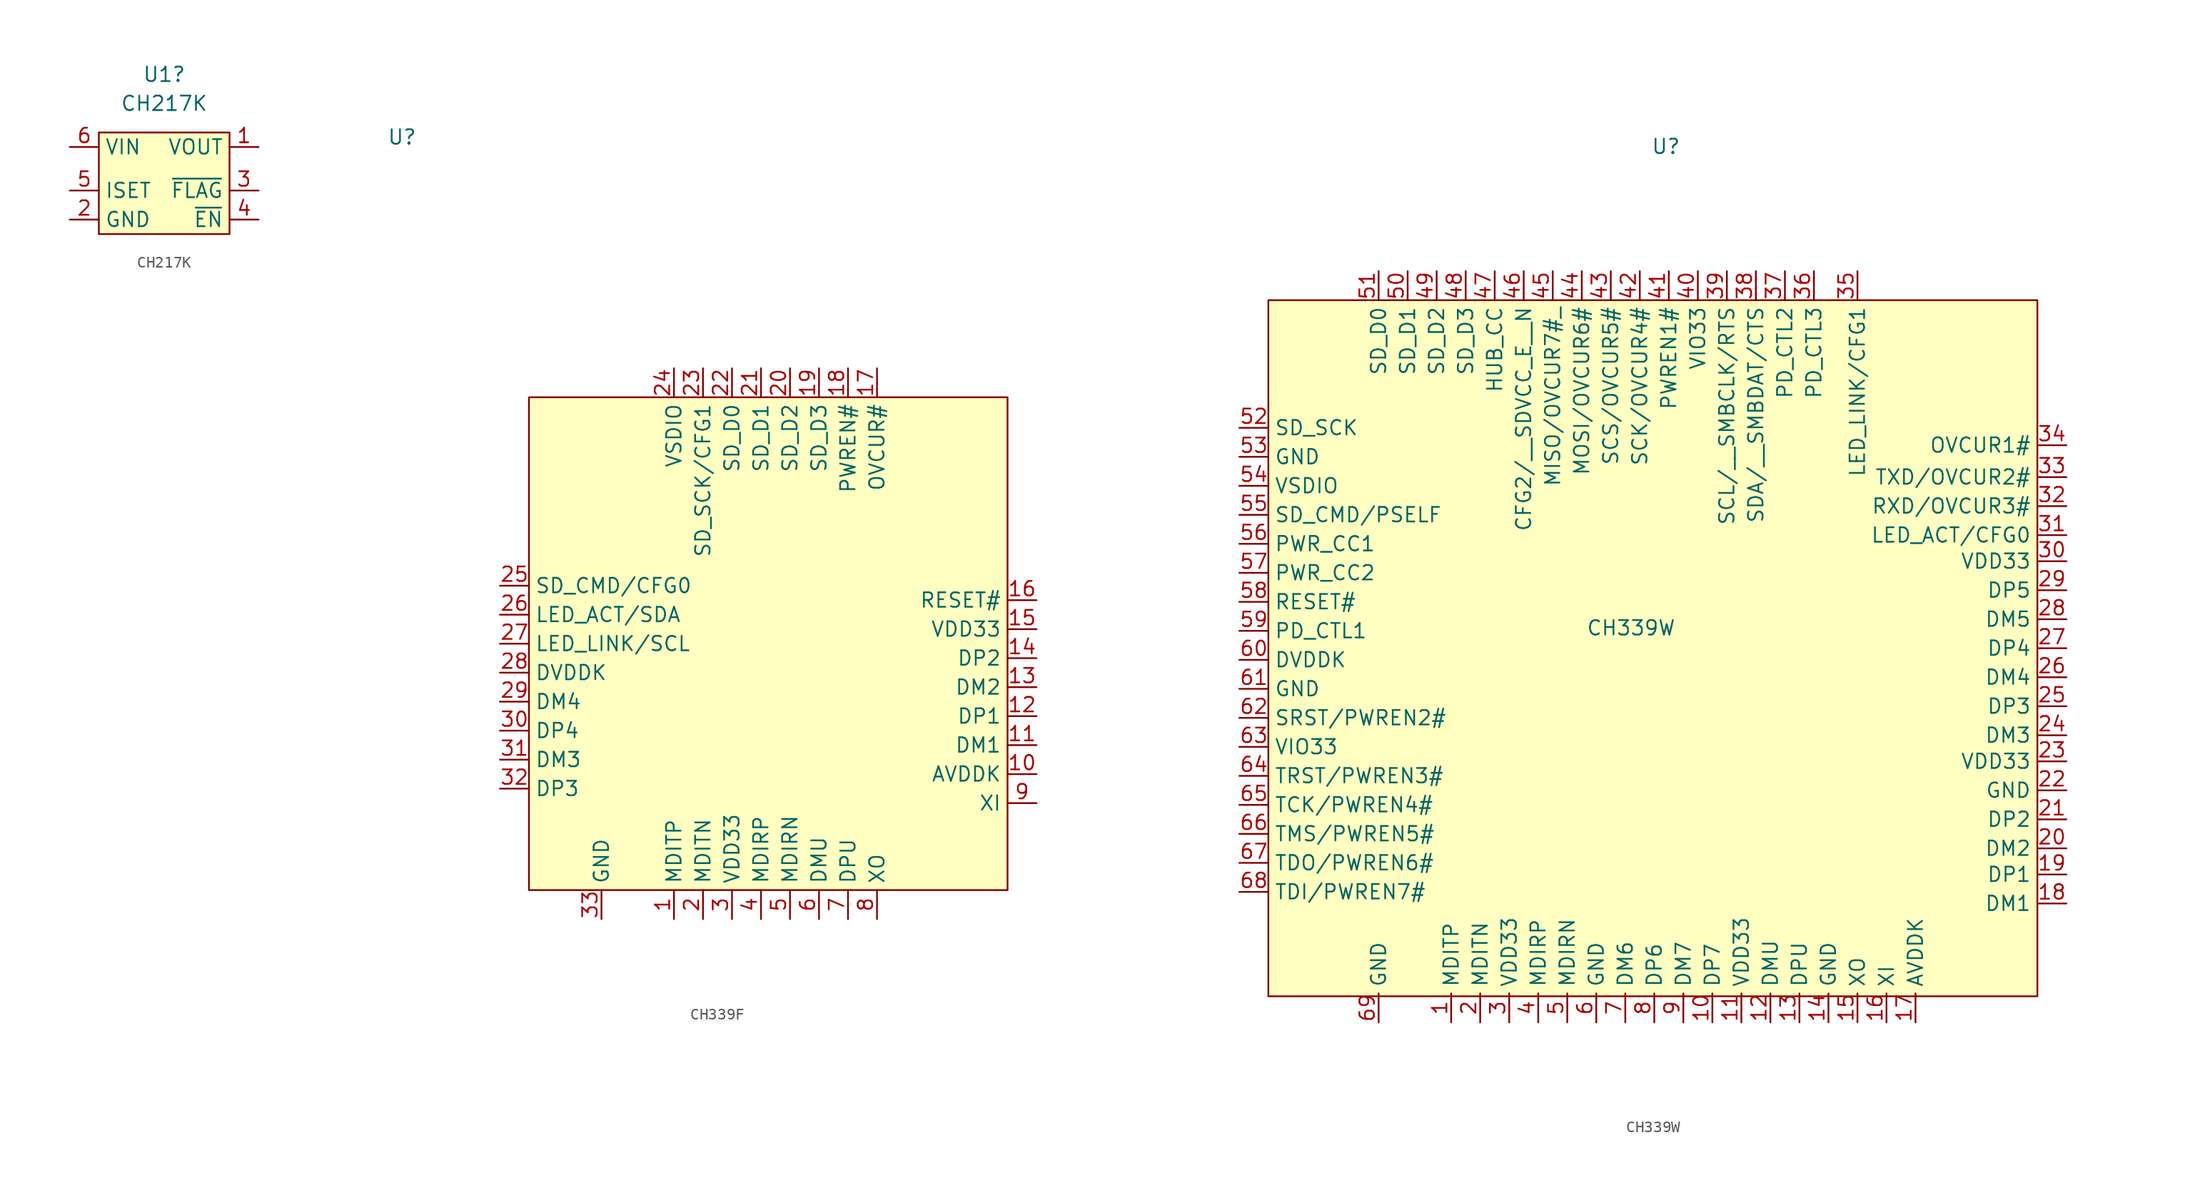
<source format=kicad_sym>
(kicad_symbol_lib
  (version 20241209)
  (generator "kicad_symbol_editor")
  (generator_version "9.0")
  (symbol "CH217K"
    (property "Reference" "U1"
      (at -0.635 10.16 0)
      (effects (font (size 1.27 1.27))))
    (property "Value" "CH217K"
      (at -0.635 7.62 0)
      (effects (font (size 1.27 1.27))))
    (symbol "CH217K_1_1"
      (rectangle (start -6.35 5.08) (end 5.08 -3.81) (stroke (width 0) (type default)) (fill (type background)))
      (pin input line (at -8.89 3.81 0) (length 2.54) (name "VIN" (effects (font (size 1.27 1.27)))) (number "6" (effects (font (size 1.27 1.27)))))
      (pin input line (at -8.89 0 0) (length 2.54) (name "ISET" (effects (font (size 1.27 1.27)))) (number "5" (effects (font (size 1.27 1.27)))))
      (pin input line (at -8.89 -2.54 0) (length 2.54) (name "GND" (effects (font (size 1.27 1.27)))) (number "2" (effects (font (size 1.27 1.27)))))
      (pin input line (at 7.62 3.81 180) (length 2.54) (name "VOUT" (effects (font (size 1.27 1.27)))) (number "1" (effects (font (size 1.27 1.27)))))
      (pin input line (at 7.62 0 180) (length 2.54) (name "~{FLAG}" (effects (font (size 1.27 1.27)))) (number "3" (effects (font (size 1.27 1.27)))))
      (pin input line (at 7.62 -2.54 180) (length 2.54) (name "~{EN}" (effects (font (size 1.27 1.27)))) (number "4" (effects (font (size 1.27 1.27)))))))
  (symbol "CH339F"
    (property "Reference" "U"
      (at 0.318 30.416 0)
      (effects (font (size 1.27 1.27))))
    (property "Value" ""
      (at 0 0 0)
      (effects (font (size 1.27 1.27))))
    (symbol "CH339F_1_1"
      (rectangle (start 11.43 7.62) (end 53.34 -35.56) (stroke (width 0) (type solid)) (fill (type background)))
      (pin input line (at 8.89 -8.89 0) (length 2.54) (name "SD_CMD/CFG0" (effects (font (size 1.27 1.27)))) (number "25" (effects (font (size 1.27 1.27)))))
      (pin input line (at 8.89 -11.43 0) (length 2.54) (name "LED_ACT/SDA" (effects (font (size 1.27 1.27)))) (number "26" (effects (font (size 1.27 1.27)))))
      (pin input line (at 8.89 -13.97 0) (length 2.54) (name "LED_LINK/SCL" (effects (font (size 1.27 1.27)))) (number "27" (effects (font (size 1.27 1.27)))))
      (pin input line (at 8.89 -16.51 0) (length 2.54) (name "DVDDK" (effects (font (size 1.27 1.27)))) (number "28" (effects (font (size 1.27 1.27)))))
      (pin input line (at 8.89 -19.05 0) (length 2.54) (name "DM4" (effects (font (size 1.27 1.27)))) (number "29" (effects (font (size 1.27 1.27)))))
      (pin input line (at 8.89 -21.59 0) (length 2.54) (name "DP4" (effects (font (size 1.27 1.27)))) (number "30" (effects (font (size 1.27 1.27)))))
      (pin input line (at 8.89 -24.13 0) (length 2.54) (name "DM3" (effects (font (size 1.27 1.27)))) (number "31" (effects (font (size 1.27 1.27)))))
      (pin input line (at 8.89 -26.67 0) (length 2.54) (name "DP3" (effects (font (size 1.27 1.27)))) (number "32" (effects (font (size 1.27 1.27)))))
      (pin input line (at 17.78 -38.1 90) (length 2.54) (name "GND" (effects (font (size 1.27 1.27)))) (number "33" (effects (font (size 1.27 1.27)))))
      (pin input line (at 24.13 10.16 270) (length 2.54) (name "VSDIO" (effects (font (size 1.27 1.27)))) (number "24" (effects (font (size 1.27 1.27)))))
      (pin input line (at 24.13 -38.1 90) (length 2.54) (name "MDITP" (effects (font (size 1.27 1.27)))) (number "1" (effects (font (size 1.27 1.27)))))
      (pin input line (at 26.67 10.16 270) (length 2.54) (name "SD_SCK/CFG1" (effects (font (size 1.27 1.27)))) (number "23" (effects (font (size 1.27 1.27)))))
      (pin input line (at 26.67 -38.1 90) (length 2.54) (name "MDITN" (effects (font (size 1.27 1.27)))) (number "2" (effects (font (size 1.27 1.27)))))
      (pin input line (at 29.21 10.16 270) (length 2.54) (name "SD_D0" (effects (font (size 1.27 1.27)))) (number "22" (effects (font (size 1.27 1.27)))))
      (pin input line (at 29.21 -38.1 90) (length 2.54) (name "VDD33" (effects (font (size 1.27 1.27)))) (number "3" (effects (font (size 1.27 1.27)))))
      (pin input line (at 31.75 10.16 270) (length 2.54) (name "SD_D1" (effects (font (size 1.27 1.27)))) (number "21" (effects (font (size 1.27 1.27)))))
      (pin input line (at 31.75 -38.1 90) (length 2.54) (name "MDIRP" (effects (font (size 1.27 1.27)))) (number "4" (effects (font (size 1.27 1.27)))))
      (pin input line (at 34.29 10.16 270) (length 2.54) (name "SD_D2" (effects (font (size 1.27 1.27)))) (number "20" (effects (font (size 1.27 1.27)))))
      (pin input line (at 34.29 -38.1 90) (length 2.54) (name "MDIRN" (effects (font (size 1.27 1.27)))) (number "5" (effects (font (size 1.27 1.27)))))
      (pin input line (at 36.83 10.16 270) (length 2.54) (name "SD_D3" (effects (font (size 1.27 1.27)))) (number "19" (effects (font (size 1.27 1.27)))))
      (pin input line (at 36.83 -38.1 90) (length 2.54) (name "DMU" (effects (font (size 1.27 1.27)))) (number "6" (effects (font (size 1.27 1.27)))))
      (pin input line (at 39.37 10.16 270) (length 2.54) (name "PWREN#" (effects (font (size 1.27 1.27)))) (number "18" (effects (font (size 1.27 1.27)))))
      (pin input line (at 39.37 -38.1 90) (length 2.54) (name "DPU" (effects (font (size 1.27 1.27)))) (number "7" (effects (font (size 1.27 1.27)))))
      (pin input line (at 41.91 10.16 270) (length 2.54) (name "OVCUR#" (effects (font (size 1.27 1.27)))) (number "17" (effects (font (size 1.27 1.27)))))
      (pin input line (at 41.91 -38.1 90) (length 2.54) (name "XO" (effects (font (size 1.27 1.27)))) (number "8" (effects (font (size 1.27 1.27)))))
      (pin input line (at 55.88 -10.16 180) (length 2.54) (name "RESET#" (effects (font (size 1.27 1.27)))) (number "16" (effects (font (size 1.27 1.27)))))
      (pin input line (at 55.88 -12.7 180) (length 2.54) (name "VDD33" (effects (font (size 1.27 1.27)))) (number "15" (effects (font (size 1.27 1.27)))))
      (pin input line (at 55.88 -15.24 180) (length 2.54) (name "DP2" (effects (font (size 1.27 1.27)))) (number "14" (effects (font (size 1.27 1.27)))))
      (pin input line (at 55.88 -17.78 180) (length 2.54) (name "DM2" (effects (font (size 1.27 1.27)))) (number "13" (effects (font (size 1.27 1.27)))))
      (pin input line (at 55.88 -20.32 180) (length 2.54) (name "DP1" (effects (font (size 1.27 1.27)))) (number "12" (effects (font (size 1.27 1.27)))))
      (pin input line (at 55.88 -22.86 180) (length 2.54) (name "DM1" (effects (font (size 1.27 1.27)))) (number "11" (effects (font (size 1.27 1.27)))))
      (pin input line (at 55.88 -25.4 180) (length 2.54) (name "AVDDK" (effects (font (size 1.27 1.27)))) (number "10" (effects (font (size 1.27 1.27)))))
      (pin input line (at 55.88 -27.94 180) (length 2.54) (name "XI" (effects (font (size 1.27 1.27)))) (number "9" (effects (font (size 1.27 1.27)))))))
  (symbol "CH339W"
    (property "Reference" "U"
      (at 3.048 42.164 0)
      (effects (font (size 1.27 1.27))))
    (property "Value" "CH339W"
      (at 0 0 0)
      (effects (font (size 1.27 1.27))))
    (symbol "CH339W_1_0"
      (pin input line (at 7.112 -34.544 90) (length 2.54) (name "DP7" (effects (font (size 1.27 1.27)))) (number "10" (effects (font (size 1.27 1.27))))))
    (symbol "CH339W_1_1"
      (rectangle (start -31.75 28.702) (end 35.56 -32.258) (stroke (width 0) (type solid)) (fill (type background)))
      (pin input line (at -34.29 17.526 0) (length 2.54) (name "SD_SCK" (effects (font (size 1.27 1.27)))) (number "52" (effects (font (size 1.27 1.27)))))
      (pin input line (at -34.29 14.986 0) (length 2.54) (name "GND" (effects (font (size 1.27 1.27)))) (number "53" (effects (font (size 1.27 1.27)))))
      (pin input line (at -34.29 12.446 0) (length 2.54) (name "VSDIO" (effects (font (size 1.27 1.27)))) (number "54" (effects (font (size 1.27 1.27)))))
      (pin input line (at -34.29 9.906 0) (length 2.54) (name "SD_CMD/PSELF" (effects (font (size 1.27 1.27)))) (number "55" (effects (font (size 1.27 1.27)))))
      (pin input line (at -34.29 7.366 0) (length 2.54) (name "PWR_CC1" (effects (font (size 1.27 1.27)))) (number "56" (effects (font (size 1.27 1.27)))))
      (pin input line (at -34.29 4.826 0) (length 2.54) (name "PWR_CC2" (effects (font (size 1.27 1.27)))) (number "57" (effects (font (size 1.27 1.27)))))
      (pin input line (at -34.29 2.286 0) (length 2.54) (name "RESET#" (effects (font (size 1.27 1.27)))) (number "58" (effects (font (size 1.27 1.27)))))
      (pin input line (at -34.29 -0.254 0) (length 2.54) (name "PD_CTL1" (effects (font (size 1.27 1.27)))) (number "59" (effects (font (size 1.27 1.27)))))
      (pin input line (at -34.29 -2.794 0) (length 2.54) (name "DVDDK" (effects (font (size 1.27 1.27)))) (number "60" (effects (font (size 1.27 1.27)))))
      (pin input line (at -34.29 -5.334 0) (length 2.54) (name "GND" (effects (font (size 1.27 1.27)))) (number "61" (effects (font (size 1.27 1.27)))))
      (pin input line (at -34.29 -7.874 0) (length 2.54) (name "SRST/PWREN2#" (effects (font (size 1.27 1.27)))) (number "62" (effects (font (size 1.27 1.27)))))
      (pin input line (at -34.29 -10.414 0) (length 2.54) (name "VIO33" (effects (font (size 1.27 1.27)))) (number "63" (effects (font (size 1.27 1.27)))))
      (pin input line (at -34.29 -12.954 0) (length 2.54) (name "TRST/PWREN3#" (effects (font (size 1.27 1.27)))) (number "64" (effects (font (size 1.27 1.27)))))
      (pin input line (at -34.29 -15.494 0) (length 2.54) (name "TCK/PWREN4#" (effects (font (size 1.27 1.27)))) (number "65" (effects (font (size 1.27 1.27)))))
      (pin input line (at -34.29 -18.034 0) (length 2.54) (name "TMS/PWREN5#" (effects (font (size 1.27 1.27)))) (number "66" (effects (font (size 1.27 1.27)))))
      (pin input line (at -34.29 -20.574 0) (length 2.54) (name "TDO/PWREN6#" (effects (font (size 1.27 1.27)))) (number "67" (effects (font (size 1.27 1.27)))))
      (pin input line (at -34.29 -23.114 0) (length 2.54) (name "TDI/PWREN7#" (effects (font (size 1.27 1.27)))) (number "68" (effects (font (size 1.27 1.27)))))
      (pin input line (at -22.098 31.242 270) (length 2.54) (name "SD_D0" (effects (font (size 1.27 1.27)))) (number "51" (effects (font (size 1.27 1.27)))))
      (pin input line (at -22.098 -34.544 90) (length 2.54) (name "GND" (effects (font (size 1.27 1.27)))) (number "69" (effects (font (size 1.27 1.27)))))
      (pin input line (at -19.558 31.242 270) (length 2.54) (name "SD_D1" (effects (font (size 1.27 1.27)))) (number "50" (effects (font (size 1.27 1.27)))))
      (pin input line (at -17.018 31.242 270) (length 2.54) (name "SD_D2" (effects (font (size 1.27 1.27)))) (number "49" (effects (font (size 1.27 1.27)))))
      (pin input line (at -15.748 -34.544 90) (length 2.54) (name "MDITP" (effects (font (size 1.27 1.27)))) (number "1" (effects (font (size 1.27 1.27)))))
      (pin input line (at -14.478 31.242 270) (length 2.54) (name "SD_D3" (effects (font (size 1.27 1.27)))) (number "48" (effects (font (size 1.27 1.27)))))
      (pin input line (at -13.208 -34.544 90) (length 2.54) (name "MDITN" (effects (font (size 1.27 1.27)))) (number "2" (effects (font (size 1.27 1.27)))))
      (pin input line (at -11.938 31.242 270) (length 2.54) (name "HUB_CC" (effects (font (size 1.27 1.27)))) (number "47" (effects (font (size 1.27 1.27)))))
      (pin input line (at -10.668 -34.544 90) (length 2.54) (name "VDD33" (effects (font (size 1.27 1.27)))) (number "3" (effects (font (size 1.27 1.27)))))
      (pin input line (at -9.398 31.242 270) (length 2.54) (name "CFG2/__SDVCC_E__N" (effects (font (size 1.27 1.27)))) (number "46" (effects (font (size 1.27 1.27)))))
      (pin input line (at -8.128 -34.544 90) (length 2.54) (name "MDIRP" (effects (font (size 1.27 1.27)))) (number "4" (effects (font (size 1.27 1.27)))))
      (pin input line (at -6.858 31.242 270) (length 2.54) (name "MISO/OVCUR7#_" (effects (font (size 1.27 1.27)))) (number "45" (effects (font (size 1.27 1.27)))))
      (pin input line (at -5.588 -34.544 90) (length 2.54) (name "MDIRN" (effects (font (size 1.27 1.27)))) (number "5" (effects (font (size 1.27 1.27)))))
      (pin input line (at -4.318 31.242 270) (length 2.54) (name "MOSI/OVCUR6#" (effects (font (size 1.27 1.27)))) (number "44" (effects (font (size 1.27 1.27)))))
      (pin input line (at -3.048 -34.544 90) (length 2.54) (name "GND" (effects (font (size 1.27 1.27)))) (number "6" (effects (font (size 1.27 1.27)))))
      (pin input line (at -1.778 31.242 270) (length 2.54) (name "SCS/OVCUR5#" (effects (font (size 1.27 1.27)))) (number "43" (effects (font (size 1.27 1.27)))))
      (pin input line (at -0.508 -34.544 90) (length 2.54) (name "DM6" (effects (font (size 1.27 1.27)))) (number "7" (effects (font (size 1.27 1.27)))))
      (pin input line (at 0.762 31.242 270) (length 2.54) (name "SCK/OVCUR4#" (effects (font (size 1.27 1.27)))) (number "42" (effects (font (size 1.27 1.27)))))
      (pin input line (at 2.032 -34.544 90) (length 2.54) (name "DP6" (effects (font (size 1.27 1.27)))) (number "8" (effects (font (size 1.27 1.27)))))
      (pin input line (at 3.302 31.242 270) (length 2.54) (name "PWREN1#" (effects (font (size 1.27 1.27)))) (number "41" (effects (font (size 1.27 1.27)))))
      (pin input line (at 4.572 -34.544 90) (length 2.54) (name "DM7" (effects (font (size 1.27 1.27)))) (number "9" (effects (font (size 1.27 1.27)))))
      (pin input line (at 5.842 31.242 270) (length 2.54) (name "VIO33" (effects (font (size 1.27 1.27)))) (number "40" (effects (font (size 1.27 1.27)))))
      (pin input line (at 8.382 31.242 270) (length 2.54) (name "SCL/__SMBCLK/RTS" (effects (font (size 1.27 1.27)))) (number "39" (effects (font (size 1.27 1.27)))))
      (pin input line (at 9.652 -34.544 90) (length 2.54) (name "VDD33" (effects (font (size 1.27 1.27)))) (number "11" (effects (font (size 1.27 1.27)))))
      (pin input line (at 10.922 31.242 270) (length 2.54) (name "SDA/__SMBDAT/CTS" (effects (font (size 1.27 1.27)))) (number "38" (effects (font (size 1.27 1.27)))))
      (pin input line (at 12.192 -34.544 90) (length 2.54) (name "DMU" (effects (font (size 1.27 1.27)))) (number "12" (effects (font (size 1.27 1.27)))))
      (pin input line (at 13.462 31.242 270) (length 2.54) (name "PD_CTL2" (effects (font (size 1.27 1.27)))) (number "37" (effects (font (size 1.27 1.27)))))
      (pin input line (at 14.732 -34.544 90) (length 2.54) (name "DPU" (effects (font (size 1.27 1.27)))) (number "13" (effects (font (size 1.27 1.27)))))
      (pin input line (at 16.002 31.242 270) (length 2.54) (name "PD_CTL3" (effects (font (size 1.27 1.27)))) (number "36" (effects (font (size 1.27 1.27)))))
      (pin input line (at 17.272 -34.544 90) (length 2.54) (name "GND" (effects (font (size 1.27 1.27)))) (number "14" (effects (font (size 1.27 1.27)))))
      (pin input line (at 19.812 31.242 270) (length 2.54) (name "LED_LINK/CFG1" (effects (font (size 1.27 1.27)))) (number "35" (effects (font (size 1.27 1.27)))))
      (pin input line (at 19.812 -34.544 90) (length 2.54) (name "XO" (effects (font (size 1.27 1.27)))) (number "15" (effects (font (size 1.27 1.27)))))
      (pin input line (at 22.352 -34.544 90) (length 2.54) (name "XI" (effects (font (size 1.27 1.27)))) (number "16" (effects (font (size 1.27 1.27)))))
      (pin input line (at 24.892 -34.544 90) (length 2.54) (name "AVDDK" (effects (font (size 1.27 1.27)))) (number "17" (effects (font (size 1.27 1.27)))))
      (pin input line (at 38.1 16.002 180) (length 2.54) (name "OVCUR1#" (effects (font (size 1.27 1.27)))) (number "34" (effects (font (size 1.27 1.27)))))
      (pin input line (at 38.1 13.208 180) (length 2.54) (name "TXD/OVCUR2#" (effects (font (size 1.27 1.27)))) (number "33" (effects (font (size 1.27 1.27)))))
      (pin input line (at 38.1 10.668 180) (length 2.54) (name "RXD/OVCUR3#" (effects (font (size 1.27 1.27)))) (number "32" (effects (font (size 1.27 1.27)))))
      (pin input line (at 38.1 8.128 180) (length 2.54) (name "LED_ACT/CFG0" (effects (font (size 1.27 1.27)))) (number "31" (effects (font (size 1.27 1.27)))))
      (pin input line (at 38.1 5.842 180) (length 2.54) (name "VDD33" (effects (font (size 1.27 1.27)))) (number "30" (effects (font (size 1.27 1.27)))))
      (pin input line (at 38.1 3.302 180) (length 2.54) (name "DP5" (effects (font (size 1.27 1.27)))) (number "29" (effects (font (size 1.27 1.27)))))
      (pin input line (at 38.1 0.762 180) (length 2.54) (name "DM5" (effects (font (size 1.27 1.27)))) (number "28" (effects (font (size 1.27 1.27)))))
      (pin input line (at 38.1 -1.778 180) (length 2.54) (name "DP4" (effects (font (size 1.27 1.27)))) (number "27" (effects (font (size 1.27 1.27)))))
      (pin input line (at 38.1 -4.318 180) (length 2.54) (name "DM4" (effects (font (size 1.27 1.27)))) (number "26" (effects (font (size 1.27 1.27)))))
      (pin input line (at 38.1 -6.858 180) (length 2.54) (name "DP3" (effects (font (size 1.27 1.27)))) (number "25" (effects (font (size 1.27 1.27)))))
      (pin input line (at 38.1 -9.398 180) (length 2.54) (name "DM3" (effects (font (size 1.27 1.27)))) (number "24" (effects (font (size 1.27 1.27)))))
      (pin input line (at 38.1 -11.684 180) (length 2.54) (name "VDD33" (effects (font (size 1.27 1.27)))) (number "23" (effects (font (size 1.27 1.27)))))
      (pin input line (at 38.1 -14.224 180) (length 2.54) (name "GND" (effects (font (size 1.27 1.27)))) (number "22" (effects (font (size 1.27 1.27)))))
      (pin input line (at 38.1 -16.764 180) (length 2.54) (name "DP2" (effects (font (size 1.27 1.27)))) (number "21" (effects (font (size 1.27 1.27)))))
      (pin input line (at 38.1 -19.304 180) (length 2.54) (name "DM2" (effects (font (size 1.27 1.27)))) (number "20" (effects (font (size 1.27 1.27)))))
      (pin input line (at 38.1 -21.59 180) (length 2.54) (name "DP1" (effects (font (size 1.27 1.27)))) (number "19" (effects (font (size 1.27 1.27)))))
      (pin input line (at 38.1 -24.13 180) (length 2.54) (name "DM1" (effects (font (size 1.27 1.27)))) (number "18" (effects (font (size 1.27 1.27))))))))
</source>
